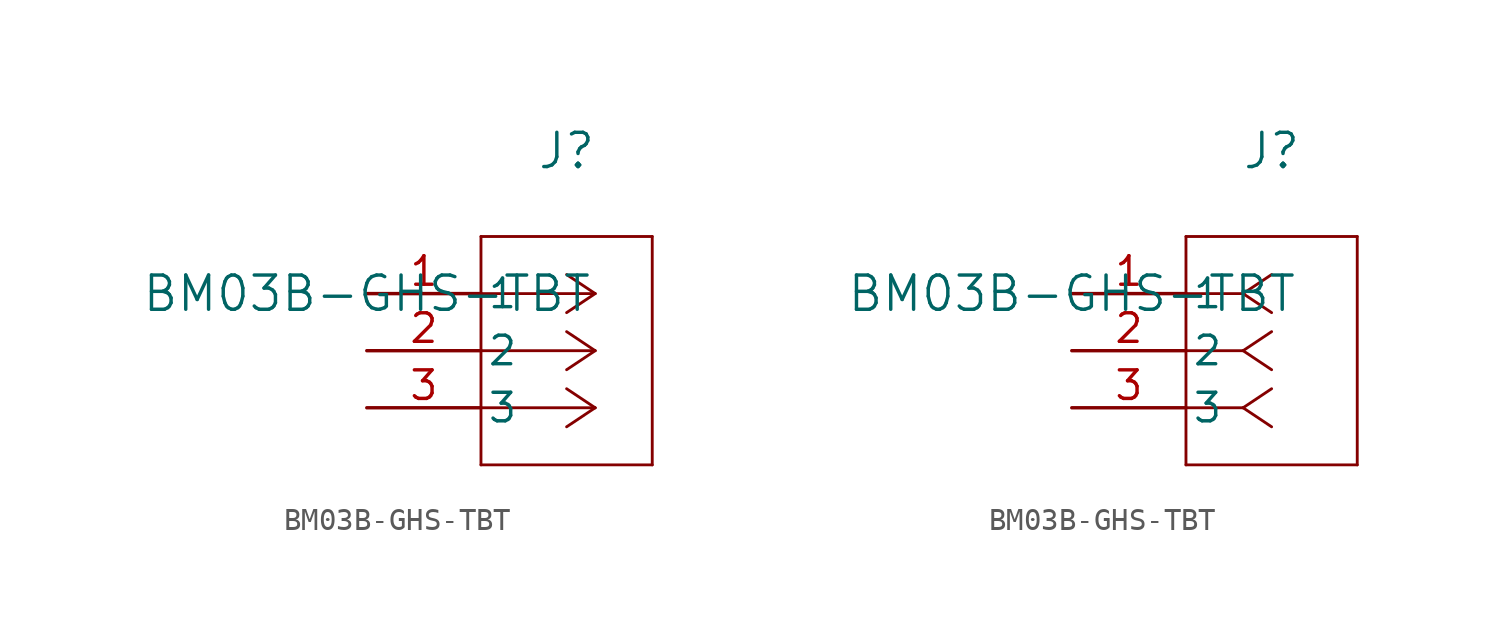
<source format=kicad_sym>
(kicad_symbol_lib
  (version 20211014)
  (generator kicad_symbol_editor)
  (symbol "BM03B-GHS-TBT"
    (pin_names
      (offset 0.254))
    (property "Reference" "J"
      (at 8.89 6.35 0)
      (effects (font (size 1.524 1.524))))
    (property "Value" "BM03B-GHS-TBT"
      (at 0 0 0)
      (effects (font (size 1.524 1.524))))
    (symbol "BM03B-GHS-TBT_1_1"
      (polyline (pts (xy 10.16 0) (xy 5.08 0)) (stroke (width 0.127) (type default) (color 0 0 0 0)) (fill (type none)))
      (polyline (pts (xy 10.16 -2.54) (xy 5.08 -2.54)) (stroke (width 0.127) (type default) (color 0 0 0 0)) (fill (type none)))
      (polyline (pts (xy 10.16 -5.08) (xy 5.08 -5.08)) (stroke (width 0.127) (type default) (color 0 0 0 0)) (fill (type none)))
      (polyline (pts (xy 10.16 0) (xy 8.89 0.847)) (stroke (width 0.127) (type default) (color 0 0 0 0)) (fill (type none)))
      (polyline (pts (xy 10.16 -2.54) (xy 8.89 -1.693)) (stroke (width 0.127) (type default) (color 0 0 0 0)) (fill (type none)))
      (polyline (pts (xy 10.16 -5.08) (xy 8.89 -4.233)) (stroke (width 0.127) (type default) (color 0 0 0 0)) (fill (type none)))
      (polyline (pts (xy 10.16 0) (xy 8.89 -0.847)) (stroke (width 0.127) (type default) (color 0 0 0 0)) (fill (type none)))
      (polyline (pts (xy 10.16 -2.54) (xy 8.89 -3.387)) (stroke (width 0.127) (type default) (color 0 0 0 0)) (fill (type none)))
      (polyline (pts (xy 10.16 -5.08) (xy 8.89 -5.927)) (stroke (width 0.127) (type default) (color 0 0 0 0)) (fill (type none)))
      (polyline (pts (xy 5.08 2.54) (xy 5.08 -7.62)) (stroke (width 0.127) (type default) (color 0 0 0 0)) (fill (type none)))
      (polyline (pts (xy 5.08 -7.62) (xy 12.7 -7.62)) (stroke (width 0.127) (type default) (color 0 0 0 0)) (fill (type none)))
      (polyline (pts (xy 12.7 -7.62) (xy 12.7 2.54)) (stroke (width 0.127) (type default) (color 0 0 0 0)) (fill (type none)))
      (polyline (pts (xy 12.7 2.54) (xy 5.08 2.54)) (stroke (width 0.127) (type default) (color 0 0 0 0)) (fill (type none)))
      (pin unspecified line (at 0 0 0) (length 5.08) (name "1" (effects (font (size 1.27 1.27)))) (number "1" (effects (font (size 1.27 1.27)))))
      (pin unspecified line (at 0 -2.54 0) (length 5.08) (name "2" (effects (font (size 1.27 1.27)))) (number "2" (effects (font (size 1.27 1.27)))))
      (pin unspecified line (at 0 -5.08 0) (length 5.08) (name "3" (effects (font (size 1.27 1.27)))) (number "3" (effects (font (size 1.27 1.27))))))
    (symbol "BM03B-GHS-TBT_1_2"
      (polyline (pts (xy 7.62 0) (xy 5.08 0)) (stroke (width 0.127) (type default) (color 0 0 0 0)) (fill (type none)))
      (polyline (pts (xy 7.62 -2.54) (xy 5.08 -2.54)) (stroke (width 0.127) (type default) (color 0 0 0 0)) (fill (type none)))
      (polyline (pts (xy 7.62 -5.08) (xy 5.08 -5.08)) (stroke (width 0.127) (type default) (color 0 0 0 0)) (fill (type none)))
      (polyline (pts (xy 7.62 0) (xy 8.89 0.847)) (stroke (width 0.127) (type default) (color 0 0 0 0)) (fill (type none)))
      (polyline (pts (xy 7.62 -2.54) (xy 8.89 -1.693)) (stroke (width 0.127) (type default) (color 0 0 0 0)) (fill (type none)))
      (polyline (pts (xy 7.62 -5.08) (xy 8.89 -4.233)) (stroke (width 0.127) (type default) (color 0 0 0 0)) (fill (type none)))
      (polyline (pts (xy 7.62 0) (xy 8.89 -0.847)) (stroke (width 0.127) (type default) (color 0 0 0 0)) (fill (type none)))
      (polyline (pts (xy 7.62 -2.54) (xy 8.89 -3.387)) (stroke (width 0.127) (type default) (color 0 0 0 0)) (fill (type none)))
      (polyline (pts (xy 7.62 -5.08) (xy 8.89 -5.927)) (stroke (width 0.127) (type default) (color 0 0 0 0)) (fill (type none)))
      (polyline (pts (xy 5.08 2.54) (xy 5.08 -7.62)) (stroke (width 0.127) (type default) (color 0 0 0 0)) (fill (type none)))
      (polyline (pts (xy 5.08 -7.62) (xy 12.7 -7.62)) (stroke (width 0.127) (type default) (color 0 0 0 0)) (fill (type none)))
      (polyline (pts (xy 12.7 -7.62) (xy 12.7 2.54)) (stroke (width 0.127) (type default) (color 0 0 0 0)) (fill (type none)))
      (polyline (pts (xy 12.7 2.54) (xy 5.08 2.54)) (stroke (width 0.127) (type default) (color 0 0 0 0)) (fill (type none)))
      (pin unspecified line (at 0 0 0) (length 5.08) (name "1" (effects (font (size 1.27 1.27)))) (number "1" (effects (font (size 1.27 1.27)))))
      (pin unspecified line (at 0 -2.54 0) (length 5.08) (name "2" (effects (font (size 1.27 1.27)))) (number "2" (effects (font (size 1.27 1.27)))))
      (pin unspecified line (at 0 -5.08 0) (length 5.08) (name "3" (effects (font (size 1.27 1.27)))) (number "3" (effects (font (size 1.27 1.27))))))))
</source>
